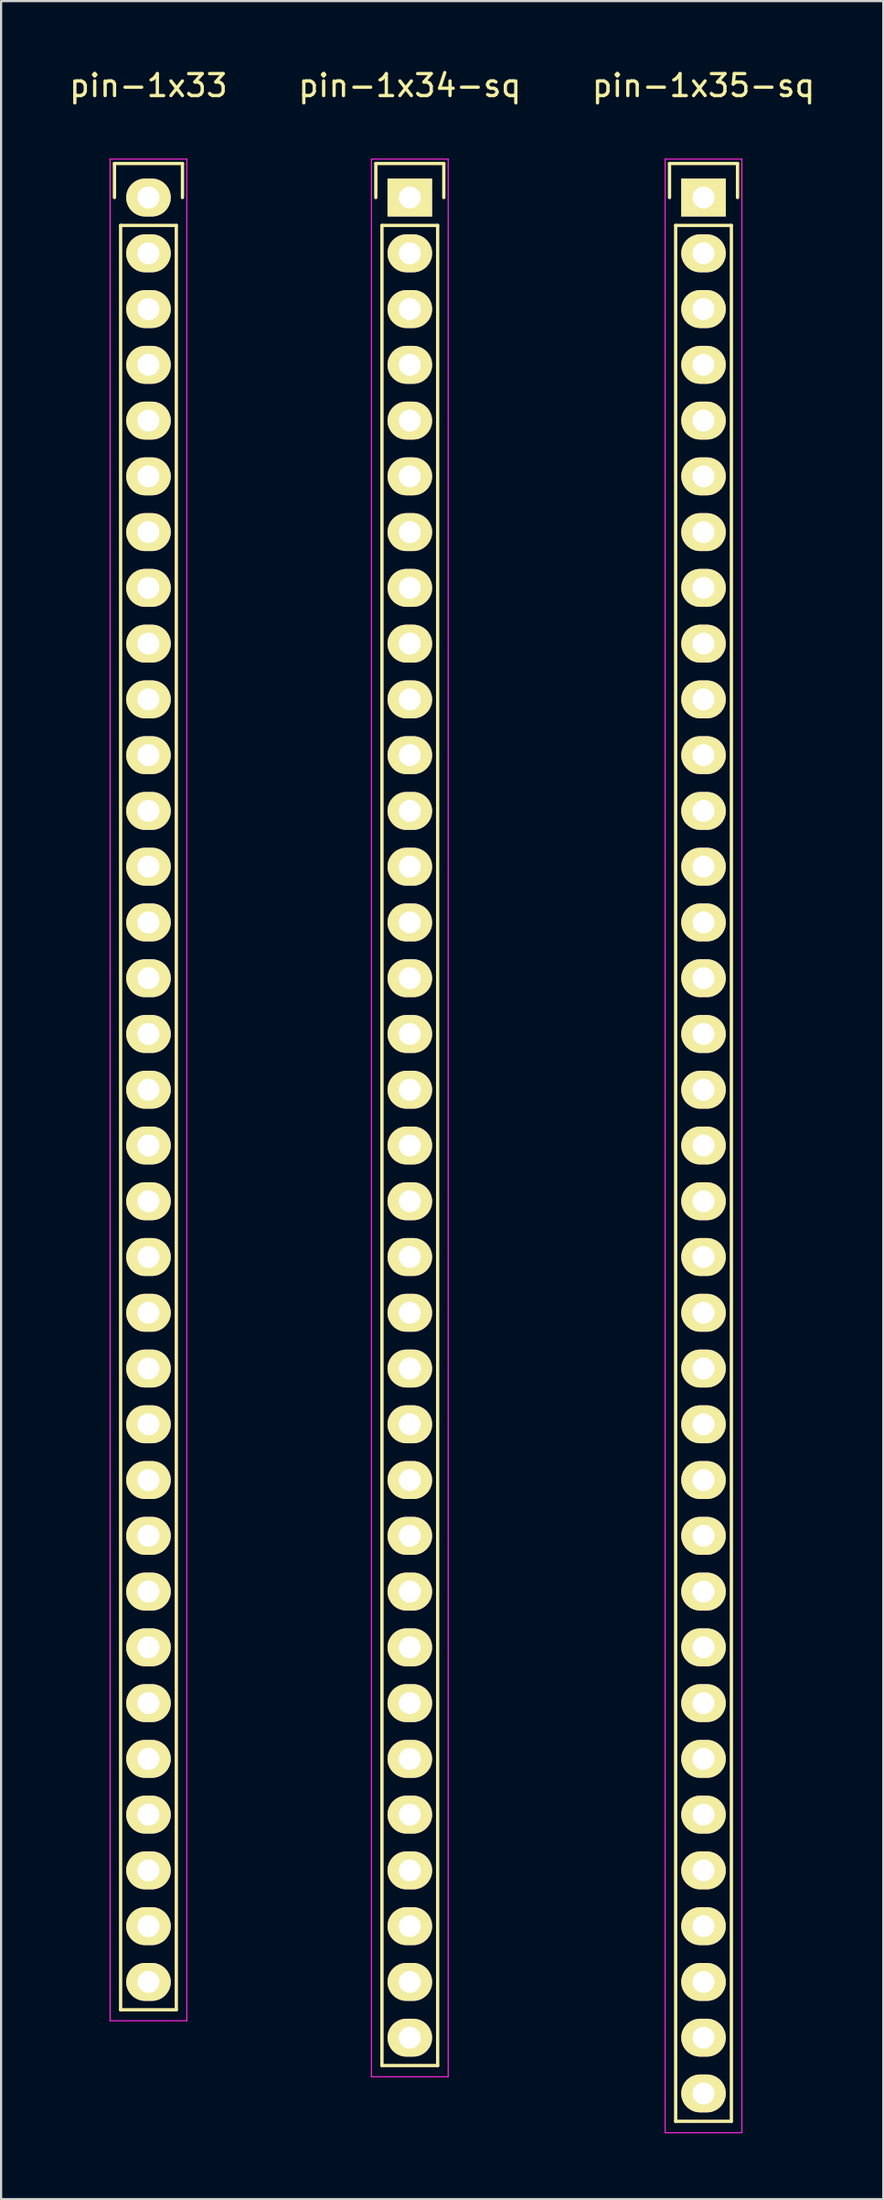
<source format=kicad_pcb>
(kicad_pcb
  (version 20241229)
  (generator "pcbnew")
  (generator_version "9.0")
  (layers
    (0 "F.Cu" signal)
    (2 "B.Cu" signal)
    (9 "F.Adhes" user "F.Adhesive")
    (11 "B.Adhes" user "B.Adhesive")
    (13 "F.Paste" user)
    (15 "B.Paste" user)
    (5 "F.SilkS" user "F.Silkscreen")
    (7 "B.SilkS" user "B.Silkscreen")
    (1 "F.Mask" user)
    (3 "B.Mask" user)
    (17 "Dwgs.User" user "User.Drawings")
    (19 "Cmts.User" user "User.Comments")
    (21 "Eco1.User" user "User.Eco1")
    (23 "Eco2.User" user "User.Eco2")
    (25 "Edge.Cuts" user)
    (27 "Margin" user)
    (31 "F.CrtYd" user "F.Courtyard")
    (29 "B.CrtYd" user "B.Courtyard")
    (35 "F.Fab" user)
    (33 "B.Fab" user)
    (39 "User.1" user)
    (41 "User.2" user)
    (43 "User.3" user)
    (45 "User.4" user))
  (footprint "pin-1x33"
    (layer "F.Cu")
    (at 3.72 5.948)
    (property "Reference" "pin-1x33" (at 0 -5.1 0) (layer "F.SilkS") (effects (font (size 1 1) (thickness 0.15))))
    (attr through_hole)
    (fp_line (start -1.55 -1.55) (end 1.55 -1.55) (stroke (width 0.15) (type solid)) (layer "F.SilkS"))
    (fp_line (start -1.55 0) (end -1.55 -1.55) (stroke (width 0.15) (type solid)) (layer "F.SilkS"))
    (fp_line (start -1.27 1.27) (end -1.27 82.55) (stroke (width 0.15) (type solid)) (layer "F.SilkS"))
    (fp_line (start -1.27 82.55) (end 1.27 82.55) (stroke (width 0.15) (type solid)) (layer "F.SilkS"))
    (fp_line (start 1.27 1.27) (end -1.27 1.27) (stroke (width 0.15) (type solid)) (layer "F.SilkS"))
    (fp_line (start 1.27 82.55) (end 1.27 1.27) (stroke (width 0.15) (type solid)) (layer "F.SilkS"))
    (fp_line (start 1.55 -1.55) (end 1.55 0) (stroke (width 0.15) (type solid)) (layer "F.SilkS"))
    (fp_line (start -1.75 -1.75) (end -1.75 83.05) (stroke (width 0.05) (type solid)) (layer "F.CrtYd"))
    (fp_line (start -1.75 -1.75) (end 1.75 -1.75) (stroke (width 0.05) (type solid)) (layer "F.CrtYd"))
    (fp_line (start -1.75 83.05) (end 1.75 83.05) (stroke (width 0.05) (type solid)) (layer "F.CrtYd"))
    (fp_line (start 1.75 -1.75) (end 1.75 83.05) (stroke (width 0.05) (type solid)) (layer "F.CrtYd"))
    (pad "1" thru_hole oval (at 0 0) (size 2.032 1.727) (drill 1) (layers "*.Cu" "*.Mask" "F.SilkS"))
    (pad "2" thru_hole oval (at 0 2.54) (size 2.032 1.727) (drill 1) (layers "*.Cu" "*.Mask" "F.SilkS"))
    (pad "3" thru_hole oval (at 0 5.08) (size 2.032 1.727) (drill 1) (layers "*.Cu" "*.Mask" "F.SilkS"))
    (pad "4" thru_hole oval (at 0 7.62) (size 2.032 1.727) (drill 1) (layers "*.Cu" "*.Mask" "F.SilkS"))
    (pad "5" thru_hole oval (at 0 10.16) (size 2.032 1.727) (drill 1) (layers "*.Cu" "*.Mask" "F.SilkS"))
    (pad "6" thru_hole oval (at 0 12.7) (size 2.032 1.727) (drill 1) (layers "*.Cu" "*.Mask" "F.SilkS"))
    (pad "7" thru_hole oval (at 0 15.24) (size 2.032 1.727) (drill 1) (layers "*.Cu" "*.Mask" "F.SilkS"))
    (pad "8" thru_hole oval (at 0 17.78) (size 2.032 1.727) (drill 1) (layers "*.Cu" "*.Mask" "F.SilkS"))
    (pad "9" thru_hole oval (at 0 20.32) (size 2.032 1.727) (drill 1) (layers "*.Cu" "*.Mask" "F.SilkS"))
    (pad "10" thru_hole oval (at 0 22.86) (size 2.032 1.727) (drill 1) (layers "*.Cu" "*.Mask" "F.SilkS"))
    (pad "11" thru_hole oval (at 0 25.4) (size 2.032 1.727) (drill 1) (layers "*.Cu" "*.Mask" "F.SilkS"))
    (pad "12" thru_hole oval (at 0 27.94) (size 2.032 1.727) (drill 1) (layers "*.Cu" "*.Mask" "F.SilkS"))
    (pad "13" thru_hole oval (at 0 30.48) (size 2.032 1.727) (drill 1) (layers "*.Cu" "*.Mask" "F.SilkS"))
    (pad "14" thru_hole oval (at 0 33.02) (size 2.032 1.727) (drill 1) (layers "*.Cu" "*.Mask" "F.SilkS"))
    (pad "15" thru_hole oval (at 0 35.56) (size 2.032 1.727) (drill 1) (layers "*.Cu" "*.Mask" "F.SilkS"))
    (pad "16" thru_hole oval (at 0 38.1) (size 2.032 1.727) (drill 1) (layers "*.Cu" "*.Mask" "F.SilkS"))
    (pad "17" thru_hole oval (at 0 40.64) (size 2.032 1.727) (drill 1) (layers "*.Cu" "*.Mask" "F.SilkS"))
    (pad "18" thru_hole oval (at 0 43.18) (size 2.032 1.727) (drill 1) (layers "*.Cu" "*.Mask" "F.SilkS"))
    (pad "19" thru_hole oval (at 0 45.72) (size 2.032 1.727) (drill 1) (layers "*.Cu" "*.Mask" "F.SilkS"))
    (pad "20" thru_hole oval (at 0 48.26) (size 2.032 1.727) (drill 1) (layers "*.Cu" "*.Mask" "F.SilkS"))
    (pad "21" thru_hole oval (at 0 50.8) (size 2.032 1.727) (drill 1) (layers "*.Cu" "*.Mask" "F.SilkS"))
    (pad "22" thru_hole oval (at 0 53.34) (size 2.032 1.727) (drill 1) (layers "*.Cu" "*.Mask" "F.SilkS"))
    (pad "23" thru_hole oval (at 0 55.88) (size 2.032 1.727) (drill 1) (layers "*.Cu" "*.Mask" "F.SilkS"))
    (pad "24" thru_hole oval (at 0 58.42) (size 2.032 1.727) (drill 1) (layers "*.Cu" "*.Mask" "F.SilkS"))
    (pad "25" thru_hole oval (at 0 60.96) (size 2.032 1.727) (drill 1) (layers "*.Cu" "*.Mask" "F.SilkS"))
    (pad "26" thru_hole oval (at 0 63.5) (size 2.032 1.727) (drill 1) (layers "*.Cu" "*.Mask" "F.SilkS"))
    (pad "27" thru_hole oval (at 0 66.04) (size 2.032 1.727) (drill 1) (layers "*.Cu" "*.Mask" "F.SilkS"))
    (pad "28" thru_hole oval (at 0 68.58) (size 2.032 1.727) (drill 1) (layers "*.Cu" "*.Mask" "F.SilkS"))
    (pad "29" thru_hole oval (at 0 71.12) (size 2.032 1.727) (drill 1) (layers "*.Cu" "*.Mask" "F.SilkS"))
    (pad "30" thru_hole oval (at 0 73.66) (size 2.032 1.727) (drill 1) (layers "*.Cu" "*.Mask" "F.SilkS"))
    (pad "31" thru_hole oval (at 0 76.2) (size 2.032 1.727) (drill 1) (layers "*.Cu" "*.Mask" "F.SilkS"))
    (pad "32" thru_hole oval (at 0 78.74) (size 2.032 1.727) (drill 1) (layers "*.Cu" "*.Mask" "F.SilkS"))
    (pad "33" thru_hole oval (at 0 81.28) (size 2.032 1.727) (drill 1) (layers "*.Cu" "*.Mask" "F.SilkS")))
  (footprint "pin-1x35-sq"
    (layer "F.Cu")
    (at 29.03 5.948)
    (property "Reference" "pin-1x35-sq" (at 0 -5.1 0) (layer "F.SilkS") (effects (font (size 1 1) (thickness 0.15))))
    (attr through_hole)
    (fp_line (start -1.55 -1.55) (end 1.55 -1.55) (stroke (width 0.15) (type solid)) (layer "F.SilkS"))
    (fp_line (start -1.55 0) (end -1.55 -1.55) (stroke (width 0.15) (type solid)) (layer "F.SilkS"))
    (fp_line (start -1.27 1.27) (end -1.27 87.63) (stroke (width 0.15) (type solid)) (layer "F.SilkS"))
    (fp_line (start -1.27 87.63) (end 1.27 87.63) (stroke (width 0.15) (type solid)) (layer "F.SilkS"))
    (fp_line (start 1.27 1.27) (end -1.27 1.27) (stroke (width 0.15) (type solid)) (layer "F.SilkS"))
    (fp_line (start 1.27 87.63) (end 1.27 1.27) (stroke (width 0.15) (type solid)) (layer "F.SilkS"))
    (fp_line (start 1.55 -1.55) (end 1.55 0) (stroke (width 0.15) (type solid)) (layer "F.SilkS"))
    (fp_line (start -1.75 -1.75) (end -1.75 88.15) (stroke (width 0.05) (type solid)) (layer "F.CrtYd"))
    (fp_line (start -1.75 -1.75) (end 1.75 -1.75) (stroke (width 0.05) (type solid)) (layer "F.CrtYd"))
    (fp_line (start -1.75 88.15) (end 1.75 88.15) (stroke (width 0.05) (type solid)) (layer "F.CrtYd"))
    (fp_line (start 1.75 -1.75) (end 1.75 88.15) (stroke (width 0.05) (type solid)) (layer "F.CrtYd"))
    (pad "1" thru_hole rect (at 0 0) (size 2.032 1.727) (drill 1) (layers "*.Cu" "*.Mask" "F.SilkS"))
    (pad "2" thru_hole oval (at 0 2.54) (size 2.032 1.727) (drill 1) (layers "*.Cu" "*.Mask" "F.SilkS"))
    (pad "3" thru_hole oval (at 0 5.08) (size 2.032 1.727) (drill 1) (layers "*.Cu" "*.Mask" "F.SilkS"))
    (pad "4" thru_hole oval (at 0 7.62) (size 2.032 1.727) (drill 1) (layers "*.Cu" "*.Mask" "F.SilkS"))
    (pad "5" thru_hole oval (at 0 10.16) (size 2.032 1.727) (drill 1) (layers "*.Cu" "*.Mask" "F.SilkS"))
    (pad "6" thru_hole oval (at 0 12.7) (size 2.032 1.727) (drill 1) (layers "*.Cu" "*.Mask" "F.SilkS"))
    (pad "7" thru_hole oval (at 0 15.24) (size 2.032 1.727) (drill 1) (layers "*.Cu" "*.Mask" "F.SilkS"))
    (pad "8" thru_hole oval (at 0 17.78) (size 2.032 1.727) (drill 1) (layers "*.Cu" "*.Mask" "F.SilkS"))
    (pad "9" thru_hole oval (at 0 20.32) (size 2.032 1.727) (drill 1) (layers "*.Cu" "*.Mask" "F.SilkS"))
    (pad "10" thru_hole oval (at 0 22.86) (size 2.032 1.727) (drill 1) (layers "*.Cu" "*.Mask" "F.SilkS"))
    (pad "11" thru_hole oval (at 0 25.4) (size 2.032 1.727) (drill 1) (layers "*.Cu" "*.Mask" "F.SilkS"))
    (pad "12" thru_hole oval (at 0 27.94) (size 2.032 1.727) (drill 1) (layers "*.Cu" "*.Mask" "F.SilkS"))
    (pad "13" thru_hole oval (at 0 30.48) (size 2.032 1.727) (drill 1) (layers "*.Cu" "*.Mask" "F.SilkS"))
    (pad "14" thru_hole oval (at 0 33.02) (size 2.032 1.727) (drill 1) (layers "*.Cu" "*.Mask" "F.SilkS"))
    (pad "15" thru_hole oval (at 0 35.56) (size 2.032 1.727) (drill 1) (layers "*.Cu" "*.Mask" "F.SilkS"))
    (pad "16" thru_hole oval (at 0 38.1) (size 2.032 1.727) (drill 1) (layers "*.Cu" "*.Mask" "F.SilkS"))
    (pad "17" thru_hole oval (at 0 40.64) (size 2.032 1.727) (drill 1) (layers "*.Cu" "*.Mask" "F.SilkS"))
    (pad "18" thru_hole oval (at 0 43.18) (size 2.032 1.727) (drill 1) (layers "*.Cu" "*.Mask" "F.SilkS"))
    (pad "19" thru_hole oval (at 0 45.72) (size 2.032 1.727) (drill 1) (layers "*.Cu" "*.Mask" "F.SilkS"))
    (pad "20" thru_hole oval (at 0 48.26) (size 2.032 1.727) (drill 1) (layers "*.Cu" "*.Mask" "F.SilkS"))
    (pad "21" thru_hole oval (at 0 50.8) (size 2.032 1.727) (drill 1) (layers "*.Cu" "*.Mask" "F.SilkS"))
    (pad "22" thru_hole oval (at 0 53.34) (size 2.032 1.727) (drill 1) (layers "*.Cu" "*.Mask" "F.SilkS"))
    (pad "23" thru_hole oval (at 0 55.88) (size 2.032 1.727) (drill 1) (layers "*.Cu" "*.Mask" "F.SilkS"))
    (pad "24" thru_hole oval (at 0 58.42) (size 2.032 1.727) (drill 1) (layers "*.Cu" "*.Mask" "F.SilkS"))
    (pad "25" thru_hole oval (at 0 60.96) (size 2.032 1.727) (drill 1) (layers "*.Cu" "*.Mask" "F.SilkS"))
    (pad "26" thru_hole oval (at 0 63.5) (size 2.032 1.727) (drill 1) (layers "*.Cu" "*.Mask" "F.SilkS"))
    (pad "27" thru_hole oval (at 0 66.04) (size 2.032 1.727) (drill 1) (layers "*.Cu" "*.Mask" "F.SilkS"))
    (pad "28" thru_hole oval (at 0 68.58) (size 2.032 1.727) (drill 1) (layers "*.Cu" "*.Mask" "F.SilkS"))
    (pad "29" thru_hole oval (at 0 71.12) (size 2.032 1.727) (drill 1) (layers "*.Cu" "*.Mask" "F.SilkS"))
    (pad "30" thru_hole oval (at 0 73.66) (size 2.032 1.727) (drill 1) (layers "*.Cu" "*.Mask" "F.SilkS"))
    (pad "31" thru_hole oval (at 0 76.2) (size 2.032 1.727) (drill 1) (layers "*.Cu" "*.Mask" "F.SilkS"))
    (pad "32" thru_hole oval (at 0 78.74) (size 2.032 1.727) (drill 1) (layers "*.Cu" "*.Mask" "F.SilkS"))
    (pad "33" thru_hole oval (at 0 81.28) (size 2.032 1.727) (drill 1) (layers "*.Cu" "*.Mask" "F.SilkS"))
    (pad "34" thru_hole oval (at 0 83.82) (size 2.032 1.727) (drill 1) (layers "*.Cu" "*.Mask" "F.SilkS"))
    (pad "35" thru_hole oval (at 0 86.36) (size 2.032 1.727) (drill 1) (layers "*.Cu" "*.Mask" "F.SilkS")))
  (footprint "pin-1x34-sq"
    (layer "F.Cu")
    (at 15.637 5.948)
    (property "Reference" "pin-1x34-sq" (at 0 -5.1 0) (layer "F.SilkS") (effects (font (size 1 1) (thickness 0.15))))
    (attr through_hole)
    (fp_line (start -1.55 -1.55) (end 1.55 -1.55) (stroke (width 0.15) (type solid)) (layer "F.SilkS"))
    (fp_line (start -1.55 0) (end -1.55 -1.55) (stroke (width 0.15) (type solid)) (layer "F.SilkS"))
    (fp_line (start -1.27 1.27) (end -1.27 85.09) (stroke (width 0.15) (type solid)) (layer "F.SilkS"))
    (fp_line (start -1.27 85.09) (end 1.27 85.09) (stroke (width 0.15) (type solid)) (layer "F.SilkS"))
    (fp_line (start 1.27 1.27) (end -1.27 1.27) (stroke (width 0.15) (type solid)) (layer "F.SilkS"))
    (fp_line (start 1.27 85.09) (end 1.27 1.27) (stroke (width 0.15) (type solid)) (layer "F.SilkS"))
    (fp_line (start 1.55 -1.55) (end 1.55 0) (stroke (width 0.15) (type solid)) (layer "F.SilkS"))
    (fp_line (start -1.75 -1.75) (end -1.75 85.6) (stroke (width 0.05) (type solid)) (layer "F.CrtYd"))
    (fp_line (start -1.75 -1.75) (end 1.75 -1.75) (stroke (width 0.05) (type solid)) (layer "F.CrtYd"))
    (fp_line (start -1.75 85.6) (end 1.75 85.6) (stroke (width 0.05) (type solid)) (layer "F.CrtYd"))
    (fp_line (start 1.75 -1.75) (end 1.75 85.6) (stroke (width 0.05) (type solid)) (layer "F.CrtYd"))
    (pad "1" thru_hole rect (at 0 0) (size 2.032 1.727) (drill 1) (layers "*.Cu" "*.Mask" "F.SilkS"))
    (pad "2" thru_hole oval (at 0 2.54) (size 2.032 1.727) (drill 1) (layers "*.Cu" "*.Mask" "F.SilkS"))
    (pad "3" thru_hole oval (at 0 5.08) (size 2.032 1.727) (drill 1) (layers "*.Cu" "*.Mask" "F.SilkS"))
    (pad "4" thru_hole oval (at 0 7.62) (size 2.032 1.727) (drill 1) (layers "*.Cu" "*.Mask" "F.SilkS"))
    (pad "5" thru_hole oval (at 0 10.16) (size 2.032 1.727) (drill 1) (layers "*.Cu" "*.Mask" "F.SilkS"))
    (pad "6" thru_hole oval (at 0 12.7) (size 2.032 1.727) (drill 1) (layers "*.Cu" "*.Mask" "F.SilkS"))
    (pad "7" thru_hole oval (at 0 15.24) (size 2.032 1.727) (drill 1) (layers "*.Cu" "*.Mask" "F.SilkS"))
    (pad "8" thru_hole oval (at 0 17.78) (size 2.032 1.727) (drill 1) (layers "*.Cu" "*.Mask" "F.SilkS"))
    (pad "9" thru_hole oval (at 0 20.32) (size 2.032 1.727) (drill 1) (layers "*.Cu" "*.Mask" "F.SilkS"))
    (pad "10" thru_hole oval (at 0 22.86) (size 2.032 1.727) (drill 1) (layers "*.Cu" "*.Mask" "F.SilkS"))
    (pad "11" thru_hole oval (at 0 25.4) (size 2.032 1.727) (drill 1) (layers "*.Cu" "*.Mask" "F.SilkS"))
    (pad "12" thru_hole oval (at 0 27.94) (size 2.032 1.727) (drill 1) (layers "*.Cu" "*.Mask" "F.SilkS"))
    (pad "13" thru_hole oval (at 0 30.48) (size 2.032 1.727) (drill 1) (layers "*.Cu" "*.Mask" "F.SilkS"))
    (pad "14" thru_hole oval (at 0 33.02) (size 2.032 1.727) (drill 1) (layers "*.Cu" "*.Mask" "F.SilkS"))
    (pad "15" thru_hole oval (at 0 35.56) (size 2.032 1.727) (drill 1) (layers "*.Cu" "*.Mask" "F.SilkS"))
    (pad "16" thru_hole oval (at 0 38.1) (size 2.032 1.727) (drill 1) (layers "*.Cu" "*.Mask" "F.SilkS"))
    (pad "17" thru_hole oval (at 0 40.64) (size 2.032 1.727) (drill 1) (layers "*.Cu" "*.Mask" "F.SilkS"))
    (pad "18" thru_hole oval (at 0 43.18) (size 2.032 1.727) (drill 1) (layers "*.Cu" "*.Mask" "F.SilkS"))
    (pad "19" thru_hole oval (at 0 45.72) (size 2.032 1.727) (drill 1) (layers "*.Cu" "*.Mask" "F.SilkS"))
    (pad "20" thru_hole oval (at 0 48.26) (size 2.032 1.727) (drill 1) (layers "*.Cu" "*.Mask" "F.SilkS"))
    (pad "21" thru_hole oval (at 0 50.8) (size 2.032 1.727) (drill 1) (layers "*.Cu" "*.Mask" "F.SilkS"))
    (pad "22" thru_hole oval (at 0 53.34) (size 2.032 1.727) (drill 1) (layers "*.Cu" "*.Mask" "F.SilkS"))
    (pad "23" thru_hole oval (at 0 55.88) (size 2.032 1.727) (drill 1) (layers "*.Cu" "*.Mask" "F.SilkS"))
    (pad "24" thru_hole oval (at 0 58.42) (size 2.032 1.727) (drill 1) (layers "*.Cu" "*.Mask" "F.SilkS"))
    (pad "25" thru_hole oval (at 0 60.96) (size 2.032 1.727) (drill 1) (layers "*.Cu" "*.Mask" "F.SilkS"))
    (pad "26" thru_hole oval (at 0 63.5) (size 2.032 1.727) (drill 1) (layers "*.Cu" "*.Mask" "F.SilkS"))
    (pad "27" thru_hole oval (at 0 66.04) (size 2.032 1.727) (drill 1) (layers "*.Cu" "*.Mask" "F.SilkS"))
    (pad "28" thru_hole oval (at 0 68.58) (size 2.032 1.727) (drill 1) (layers "*.Cu" "*.Mask" "F.SilkS"))
    (pad "29" thru_hole oval (at 0 71.12) (size 2.032 1.727) (drill 1) (layers "*.Cu" "*.Mask" "F.SilkS"))
    (pad "30" thru_hole oval (at 0 73.66) (size 2.032 1.727) (drill 1) (layers "*.Cu" "*.Mask" "F.SilkS"))
    (pad "31" thru_hole oval (at 0 76.2) (size 2.032 1.727) (drill 1) (layers "*.Cu" "*.Mask" "F.SilkS"))
    (pad "32" thru_hole oval (at 0 78.74) (size 2.032 1.727) (drill 1) (layers "*.Cu" "*.Mask" "F.SilkS"))
    (pad "33" thru_hole oval (at 0 81.28) (size 2.032 1.727) (drill 1) (layers "*.Cu" "*.Mask" "F.SilkS"))
    (pad "34" thru_hole oval (at 0 83.82) (size 2.032 1.727) (drill 1) (layers "*.Cu" "*.Mask" "F.SilkS")))
  (gr_rect
    (start -3 -3)
    (end 37.226 97.123)
    (stroke (width 0.1) (type default))
    (fill no)
    (layer "Edge.Cuts")))
</source>
